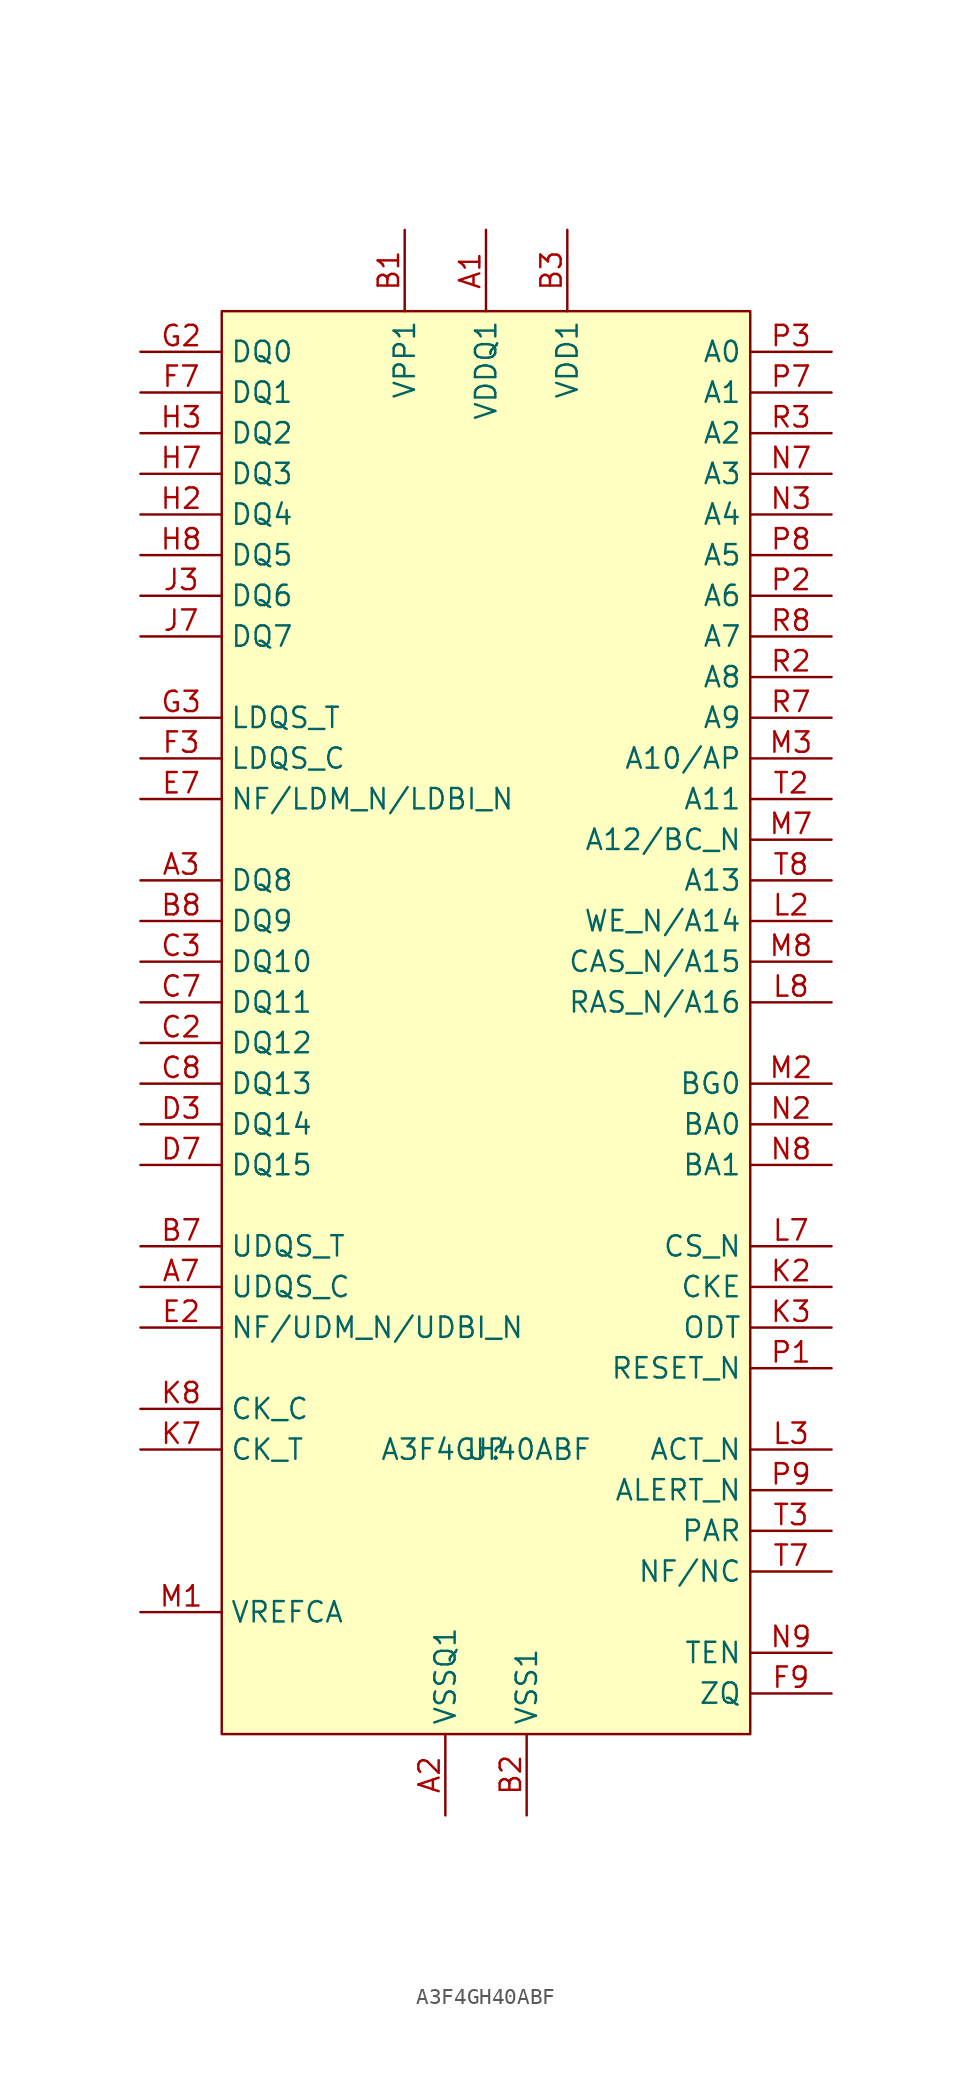
<source format=kicad_sym>
(kicad_symbol_lib
  (version 20231120)
  (generator "kicad_symbol_editor")
  (generator_version "8.0")
  (symbol "A3F4GH40ABF"
    (property "Reference" "U"
      (at 0 -26.67 0)
      (effects (font (size 1.27 1.27))))
    (property "Value" "A3F4GH40ABF"
      (at 0 -26.67 0)
      (effects (font (size 1.27 1.27))))
    (symbol "A3F4GH40ABF_0_1"
      (rectangle (start -16.51 44.45) (end 16.51 -44.45) (stroke (width 0) (type default)) (fill (type background))))
    (symbol "A3F4GH40ABF_1_1"
      (pin input line (at 0 49.53 270) (length 5.08) (name "VDDQ1" (effects (font (size 1.27 1.27)))) (number "A1" (effects (font (size 1.27 1.27)))))
      (pin input line (at -2.54 -49.53 90) (length 5.08) (name "VSSQ1" (effects (font (size 1.27 1.27)))) (number "A2" (effects (font (size 1.27 1.27)))))
      (pin input line (at -21.59 8.89 0) (length 5.08) (name "DQ8" (effects (font (size 1.27 1.27)))) (number "A3" (effects (font (size 1.27 1.27)))))
      (pin input line (at -21.59 -16.51 0) (length 5.08) (name "UDQS_C" (effects (font (size 1.27 1.27)))) (number "A7" (effects (font (size 1.27 1.27)))))
      (pin input line (at -2.54 -49.53 90) (length 5.08) hide (name "VSSQ2" (effects (font (size 1.27 1.27)))) (number "A8" (effects (font (size 1.27 1.27)))))
      (pin input line (at 0 49.53 270) (length 5.08) hide (name "VDDQ2" (effects (font (size 1.27 1.27)))) (number "A9" (effects (font (size 1.27 1.27)))))
      (pin input line (at -5.08 49.53 270) (length 5.08) (name "VPP1" (effects (font (size 1.27 1.27)))) (number "B1" (effects (font (size 1.27 1.27)))))
      (pin input line (at 2.54 -49.53 90) (length 5.08) (name "VSS1" (effects (font (size 1.27 1.27)))) (number "B2" (effects (font (size 1.27 1.27)))))
      (pin input line (at 5.08 49.53 270) (length 5.08) (name "VDD1" (effects (font (size 1.27 1.27)))) (number "B3" (effects (font (size 1.27 1.27)))))
      (pin input line (at -21.59 -13.97 0) (length 5.08) (name "UDQS_T" (effects (font (size 1.27 1.27)))) (number "B7" (effects (font (size 1.27 1.27)))))
      (pin input line (at -21.59 6.35 0) (length 5.08) (name "DQ9" (effects (font (size 1.27 1.27)))) (number "B8" (effects (font (size 1.27 1.27)))))
      (pin input line (at 5.08 49.53 270) (length 5.08) hide (name "VDD2" (effects (font (size 1.27 1.27)))) (number "B9" (effects (font (size 1.27 1.27)))))
      (pin input line (at 0 49.53 270) (length 5.08) hide (name "VDDQ3" (effects (font (size 1.27 1.27)))) (number "C1" (effects (font (size 1.27 1.27)))))
      (pin input line (at -21.59 -1.27 0) (length 5.08) (name "DQ12" (effects (font (size 1.27 1.27)))) (number "C2" (effects (font (size 1.27 1.27)))))
      (pin input line (at -21.59 3.81 0) (length 5.08) (name "DQ10" (effects (font (size 1.27 1.27)))) (number "C3" (effects (font (size 1.27 1.27)))))
      (pin input line (at -21.59 1.27 0) (length 5.08) (name "DQ11" (effects (font (size 1.27 1.27)))) (number "C7" (effects (font (size 1.27 1.27)))))
      (pin input line (at -21.59 -3.81 0) (length 5.08) (name "DQ13" (effects (font (size 1.27 1.27)))) (number "C8" (effects (font (size 1.27 1.27)))))
      (pin input line (at -2.54 -49.53 90) (length 5.08) hide (name "VSSQ3" (effects (font (size 1.27 1.27)))) (number "C9" (effects (font (size 1.27 1.27)))))
      (pin input line (at 5.08 49.53 270) (length 5.08) hide (name "VDD3" (effects (font (size 1.27 1.27)))) (number "D1" (effects (font (size 1.27 1.27)))))
      (pin input line (at -2.54 -49.53 90) (length 5.08) hide (name "VSSQ4" (effects (font (size 1.27 1.27)))) (number "D2" (effects (font (size 1.27 1.27)))))
      (pin input line (at -21.59 -6.35 0) (length 5.08) (name "DQ14" (effects (font (size 1.27 1.27)))) (number "D3" (effects (font (size 1.27 1.27)))))
      (pin input line (at -21.59 -8.89 0) (length 5.08) (name "DQ15" (effects (font (size 1.27 1.27)))) (number "D7" (effects (font (size 1.27 1.27)))))
      (pin input line (at -2.54 -49.53 90) (length 5.08) hide (name "VSSQ5" (effects (font (size 1.27 1.27)))) (number "D8" (effects (font (size 1.27 1.27)))))
      (pin input line (at 0 49.53 270) (length 5.08) hide (name "VDDQ4" (effects (font (size 1.27 1.27)))) (number "D9" (effects (font (size 1.27 1.27)))))
      (pin input line (at 2.54 -49.53 90) (length 5.08) hide (name "VSS2" (effects (font (size 1.27 1.27)))) (number "E1" (effects (font (size 1.27 1.27)))))
      (pin input line (at -21.59 -19.05 0) (length 5.08) (name "NF/UDM_N/UDBI_N" (effects (font (size 1.27 1.27)))) (number "E2" (effects (font (size 1.27 1.27)))))
      (pin input line (at -2.54 -49.53 90) (length 5.08) hide (name "VSSQ6" (effects (font (size 1.27 1.27)))) (number "E3" (effects (font (size 1.27 1.27)))))
      (pin input line (at -21.59 13.97 0) (length 5.08) (name "NF/LDM_N/LDBI_N" (effects (font (size 1.27 1.27)))) (number "E7" (effects (font (size 1.27 1.27)))))
      (pin input line (at -2.54 -49.53 90) (length 5.08) hide (name "VSSQ7" (effects (font (size 1.27 1.27)))) (number "E8" (effects (font (size 1.27 1.27)))))
      (pin input line (at 2.54 -49.53 90) (length 5.08) hide (name "VSS3" (effects (font (size 1.27 1.27)))) (number "E9" (effects (font (size 1.27 1.27)))))
      (pin input line (at -2.54 -49.53 90) (length 5.08) hide (name "VSSQ8" (effects (font (size 1.27 1.27)))) (number "F1" (effects (font (size 1.27 1.27)))))
      (pin input line (at 0 49.53 270) (length 5.08) hide (name "VDDQ5" (effects (font (size 1.27 1.27)))) (number "F2" (effects (font (size 1.27 1.27)))))
      (pin input line (at -21.59 16.51 0) (length 5.08) (name "LDQS_C" (effects (font (size 1.27 1.27)))) (number "F3" (effects (font (size 1.27 1.27)))))
      (pin input line (at -21.59 39.37 0) (length 5.08) (name "DQ1" (effects (font (size 1.27 1.27)))) (number "F7" (effects (font (size 1.27 1.27)))))
      (pin input line (at 0 49.53 270) (length 5.08) hide (name "VDDQ6" (effects (font (size 1.27 1.27)))) (number "F8" (effects (font (size 1.27 1.27)))))
      (pin input line (at 21.59 -41.91 180) (length 5.08) (name "ZQ" (effects (font (size 1.27 1.27)))) (number "F9" (effects (font (size 1.27 1.27)))))
      (pin input line (at 0 49.53 270) (length 5.08) hide (name "VDDQ7" (effects (font (size 1.27 1.27)))) (number "G1" (effects (font (size 1.27 1.27)))))
      (pin input line (at -21.59 41.91 0) (length 5.08) (name "DQ0" (effects (font (size 1.27 1.27)))) (number "G2" (effects (font (size 1.27 1.27)))))
      (pin input line (at -21.59 19.05 0) (length 5.08) (name "LDQS_T" (effects (font (size 1.27 1.27)))) (number "G3" (effects (font (size 1.27 1.27)))))
      (pin input line (at 5.08 49.53 270) (length 5.08) hide (name "VDD4" (effects (font (size 1.27 1.27)))) (number "G7" (effects (font (size 1.27 1.27)))))
      (pin input line (at 2.54 -49.53 90) (length 5.08) hide (name "VSS4" (effects (font (size 1.27 1.27)))) (number "G8" (effects (font (size 1.27 1.27)))))
      (pin input line (at 0 49.53 270) (length 5.08) hide (name "VDDQ8" (effects (font (size 1.27 1.27)))) (number "G9" (effects (font (size 1.27 1.27)))))
      (pin input line (at -2.54 -49.53 90) (length 5.08) hide (name "VSSQ9" (effects (font (size 1.27 1.27)))) (number "H1" (effects (font (size 1.27 1.27)))))
      (pin input line (at -21.59 31.75 0) (length 5.08) (name "DQ4" (effects (font (size 1.27 1.27)))) (number "H2" (effects (font (size 1.27 1.27)))))
      (pin input line (at -21.59 36.83 0) (length 5.08) (name "DQ2" (effects (font (size 1.27 1.27)))) (number "H3" (effects (font (size 1.27 1.27)))))
      (pin input line (at -21.59 34.29 0) (length 5.08) (name "DQ3" (effects (font (size 1.27 1.27)))) (number "H7" (effects (font (size 1.27 1.27)))))
      (pin input line (at -21.59 29.21 0) (length 5.08) (name "DQ5" (effects (font (size 1.27 1.27)))) (number "H8" (effects (font (size 1.27 1.27)))))
      (pin input line (at -2.54 -49.53 90) (length 5.08) hide (name "VSSQ10" (effects (font (size 1.27 1.27)))) (number "H9" (effects (font (size 1.27 1.27)))))
      (pin input line (at 5.08 49.53 270) (length 5.08) hide (name "VDD5" (effects (font (size 1.27 1.27)))) (number "J1" (effects (font (size 1.27 1.27)))))
      (pin input line (at 0 49.53 270) (length 5.08) hide (name "VDDQ9" (effects (font (size 1.27 1.27)))) (number "J2" (effects (font (size 1.27 1.27)))))
      (pin input line (at -21.59 26.67 0) (length 5.08) (name "DQ6" (effects (font (size 1.27 1.27)))) (number "J3" (effects (font (size 1.27 1.27)))))
      (pin input line (at -21.59 24.13 0) (length 5.08) (name "DQ7" (effects (font (size 1.27 1.27)))) (number "J7" (effects (font (size 1.27 1.27)))))
      (pin input line (at 0 49.53 270) (length 5.08) hide (name "VDDQ10" (effects (font (size 1.27 1.27)))) (number "J8" (effects (font (size 1.27 1.27)))))
      (pin input line (at 5.08 49.53 270) (length 5.08) hide (name "VDD6" (effects (font (size 1.27 1.27)))) (number "J9" (effects (font (size 1.27 1.27)))))
      (pin input line (at 2.54 -49.53 90) (length 5.08) hide (name "VSS5" (effects (font (size 1.27 1.27)))) (number "K1" (effects (font (size 1.27 1.27)))))
      (pin input line (at 21.59 -16.51 180) (length 5.08) (name "CKE" (effects (font (size 1.27 1.27)))) (number "K2" (effects (font (size 1.27 1.27)))))
      (pin input line (at 21.59 -19.05 180) (length 5.08) (name "ODT" (effects (font (size 1.27 1.27)))) (number "K3" (effects (font (size 1.27 1.27)))))
      (pin input line (at -21.59 -26.67 0) (length 5.08) (name "CK_T" (effects (font (size 1.27 1.27)))) (number "K7" (effects (font (size 1.27 1.27)))))
      (pin input line (at -21.59 -24.13 0) (length 5.08) (name "CK_C" (effects (font (size 1.27 1.27)))) (number "K8" (effects (font (size 1.27 1.27)))))
      (pin input line (at 2.54 -49.53 90) (length 5.08) hide (name "VSS6" (effects (font (size 1.27 1.27)))) (number "K9" (effects (font (size 1.27 1.27)))))
      (pin input line (at 5.08 49.53 270) (length 5.08) hide (name "VDD7" (effects (font (size 1.27 1.27)))) (number "L1" (effects (font (size 1.27 1.27)))))
      (pin input line (at 21.59 6.35 180) (length 5.08) (name "WE_N/A14" (effects (font (size 1.27 1.27)))) (number "L2" (effects (font (size 1.27 1.27)))))
      (pin input line (at 21.59 -26.67 180) (length 5.08) (name "ACT_N" (effects (font (size 1.27 1.27)))) (number "L3" (effects (font (size 1.27 1.27)))))
      (pin input line (at 21.59 -13.97 180) (length 5.08) (name "CS_N" (effects (font (size 1.27 1.27)))) (number "L7" (effects (font (size 1.27 1.27)))))
      (pin input line (at 21.59 1.27 180) (length 5.08) (name "RAS_N/A16" (effects (font (size 1.27 1.27)))) (number "L8" (effects (font (size 1.27 1.27)))))
      (pin input line (at 5.08 49.53 270) (length 5.08) hide (name "VDD8" (effects (font (size 1.27 1.27)))) (number "L9" (effects (font (size 1.27 1.27)))))
      (pin input line (at -21.59 -36.83 0) (length 5.08) (name "VREFCA" (effects (font (size 1.27 1.27)))) (number "M1" (effects (font (size 1.27 1.27)))))
      (pin input line (at 21.59 -3.81 180) (length 5.08) (name "BG0" (effects (font (size 1.27 1.27)))) (number "M2" (effects (font (size 1.27 1.27)))))
      (pin input line (at 21.59 16.51 180) (length 5.08) (name "A10/AP" (effects (font (size 1.27 1.27)))) (number "M3" (effects (font (size 1.27 1.27)))))
      (pin input line (at 21.59 11.43 180) (length 5.08) (name "A12/BC_N" (effects (font (size 1.27 1.27)))) (number "M7" (effects (font (size 1.27 1.27)))))
      (pin input line (at 21.59 3.81 180) (length 5.08) (name "CAS_N/A15" (effects (font (size 1.27 1.27)))) (number "M8" (effects (font (size 1.27 1.27)))))
      (pin input line (at 2.54 -49.53 90) (length 5.08) hide (name "VSS7" (effects (font (size 1.27 1.27)))) (number "M9" (effects (font (size 1.27 1.27)))))
      (pin input line (at 2.54 -49.53 90) (length 5.08) hide (name "VSS8" (effects (font (size 1.27 1.27)))) (number "N1" (effects (font (size 1.27 1.27)))))
      (pin input line (at 21.59 -6.35 180) (length 5.08) (name "BA0" (effects (font (size 1.27 1.27)))) (number "N2" (effects (font (size 1.27 1.27)))))
      (pin input line (at 21.59 31.75 180) (length 5.08) (name "A4" (effects (font (size 1.27 1.27)))) (number "N3" (effects (font (size 1.27 1.27)))))
      (pin input line (at 21.59 34.29 180) (length 5.08) (name "A3" (effects (font (size 1.27 1.27)))) (number "N7" (effects (font (size 1.27 1.27)))))
      (pin input line (at 21.59 -8.89 180) (length 5.08) (name "BA1" (effects (font (size 1.27 1.27)))) (number "N8" (effects (font (size 1.27 1.27)))))
      (pin input line (at 21.59 -39.37 180) (length 5.08) (name "TEN" (effects (font (size 1.27 1.27)))) (number "N9" (effects (font (size 1.27 1.27)))))
      (pin input line (at 21.59 -21.59 180) (length 5.08) (name "RESET_N" (effects (font (size 1.27 1.27)))) (number "P1" (effects (font (size 1.27 1.27)))))
      (pin input line (at 21.59 26.67 180) (length 5.08) (name "A6" (effects (font (size 1.27 1.27)))) (number "P2" (effects (font (size 1.27 1.27)))))
      (pin input line (at 21.59 41.91 180) (length 5.08) (name "A0" (effects (font (size 1.27 1.27)))) (number "P3" (effects (font (size 1.27 1.27)))))
      (pin input line (at 21.59 39.37 180) (length 5.08) (name "A1" (effects (font (size 1.27 1.27)))) (number "P7" (effects (font (size 1.27 1.27)))))
      (pin input line (at 21.59 29.21 180) (length 5.08) (name "A5" (effects (font (size 1.27 1.27)))) (number "P8" (effects (font (size 1.27 1.27)))))
      (pin input line (at 21.59 -29.21 180) (length 5.08) (name "ALERT_N" (effects (font (size 1.27 1.27)))) (number "P9" (effects (font (size 1.27 1.27)))))
      (pin input line (at 5.08 49.53 270) (length 5.08) hide (name "VDD9" (effects (font (size 1.27 1.27)))) (number "R1" (effects (font (size 1.27 1.27)))))
      (pin input line (at 21.59 21.59 180) (length 5.08) (name "A8" (effects (font (size 1.27 1.27)))) (number "R2" (effects (font (size 1.27 1.27)))))
      (pin input line (at 21.59 36.83 180) (length 5.08) (name "A2" (effects (font (size 1.27 1.27)))) (number "R3" (effects (font (size 1.27 1.27)))))
      (pin input line (at 21.59 19.05 180) (length 5.08) (name "A9" (effects (font (size 1.27 1.27)))) (number "R7" (effects (font (size 1.27 1.27)))))
      (pin input line (at 21.59 24.13 180) (length 5.08) (name "A7" (effects (font (size 1.27 1.27)))) (number "R8" (effects (font (size 1.27 1.27)))))
      (pin input line (at -5.08 49.53 270) (length 5.08) hide (name "VPP2" (effects (font (size 1.27 1.27)))) (number "R9" (effects (font (size 1.27 1.27)))))
      (pin input line (at 2.54 -49.53 90) (length 5.08) hide (name "VSS9" (effects (font (size 1.27 1.27)))) (number "T1" (effects (font (size 1.27 1.27)))))
      (pin input line (at 21.59 13.97 180) (length 5.08) (name "A11" (effects (font (size 1.27 1.27)))) (number "T2" (effects (font (size 1.27 1.27)))))
      (pin input line (at 21.59 -31.75 180) (length 5.08) (name "PAR" (effects (font (size 1.27 1.27)))) (number "T3" (effects (font (size 1.27 1.27)))))
      (pin input line (at 21.59 -34.29 180) (length 5.08) (name "NF/NC" (effects (font (size 1.27 1.27)))) (number "T7" (effects (font (size 1.27 1.27)))))
      (pin input line (at 21.59 8.89 180) (length 5.08) (name "A13" (effects (font (size 1.27 1.27)))) (number "T8" (effects (font (size 1.27 1.27)))))
      (pin input line (at 5.08 49.53 270) (length 5.08) hide (name "VDD10" (effects (font (size 1.27 1.27)))) (number "T9" (effects (font (size 1.27 1.27))))))))
</source>
